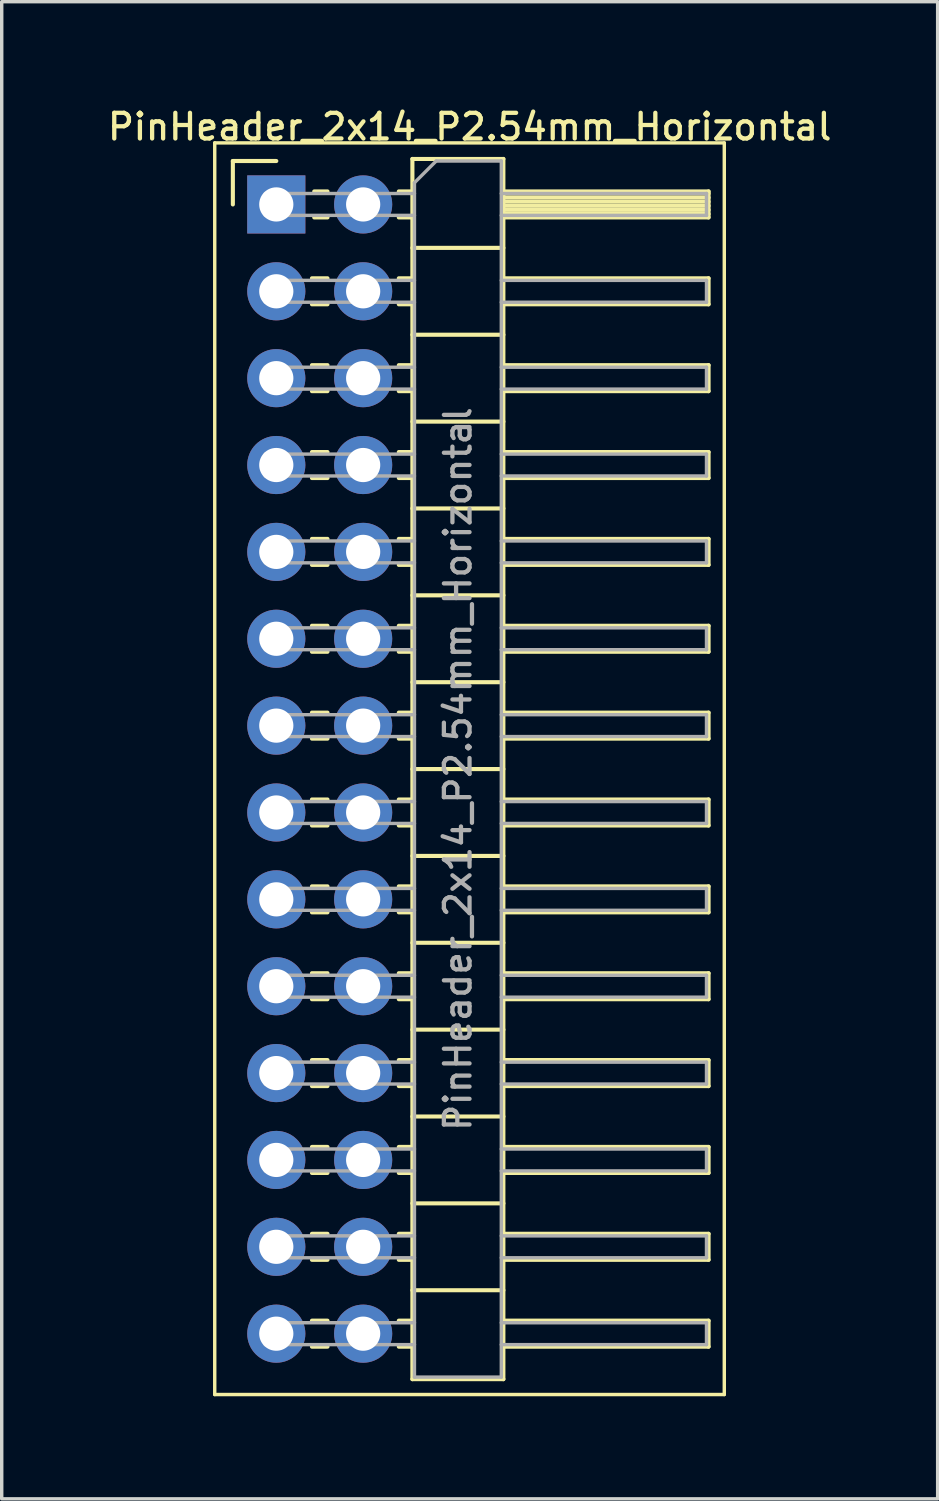
<source format=kicad_pcb>
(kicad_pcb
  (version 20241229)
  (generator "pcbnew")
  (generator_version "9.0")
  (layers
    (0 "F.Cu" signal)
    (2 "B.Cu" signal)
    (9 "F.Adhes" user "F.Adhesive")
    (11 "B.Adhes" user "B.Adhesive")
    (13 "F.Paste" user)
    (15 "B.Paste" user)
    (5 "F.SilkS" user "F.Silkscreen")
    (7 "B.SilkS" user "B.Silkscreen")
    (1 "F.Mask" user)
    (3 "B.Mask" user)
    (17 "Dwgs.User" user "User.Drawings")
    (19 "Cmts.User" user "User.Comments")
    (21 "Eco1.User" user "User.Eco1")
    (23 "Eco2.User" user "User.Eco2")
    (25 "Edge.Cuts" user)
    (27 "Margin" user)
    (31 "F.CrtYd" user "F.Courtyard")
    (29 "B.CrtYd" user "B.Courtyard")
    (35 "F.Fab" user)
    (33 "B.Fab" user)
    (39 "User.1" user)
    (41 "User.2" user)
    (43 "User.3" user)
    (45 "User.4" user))
  (footprint "PinHeader_2x14_P2.54mm_Horizontal"
    (layer "F.Cu")
    (at 5.029 2.928)
    (property "Reference" "PinHeader_2x14_P2.54mm_Horizontal" (at 5.655 -2.27 0) (layer "F.SilkS") (effects (font (size 0.75 0.75) (thickness 0.125))))
    (attr through_hole)
    (fp_line (start -1.8 -1.8) (end -1.8 34.8) (stroke (width 0.1) (type solid)) (layer "F.SilkS"))
    (fp_line (start -1.8 34.8) (end 13.1 34.8) (stroke (width 0.1) (type solid)) (layer "F.SilkS"))
    (fp_line (start -1.27 -1.27) (end 0 -1.27) (stroke (width 0.12) (type solid)) (layer "F.SilkS"))
    (fp_line (start -1.27 0) (end -1.27 -1.27) (stroke (width 0.12) (type solid)) (layer "F.SilkS"))
    (fp_line (start 1.043 2.16) (end 1.497 2.16) (stroke (width 0.12) (type solid)) (layer "F.SilkS"))
    (fp_line (start 1.043 2.92) (end 1.497 2.92) (stroke (width 0.12) (type solid)) (layer "F.SilkS"))
    (fp_line (start 1.043 4.7) (end 1.497 4.7) (stroke (width 0.12) (type solid)) (layer "F.SilkS"))
    (fp_line (start 1.043 5.46) (end 1.497 5.46) (stroke (width 0.12) (type solid)) (layer "F.SilkS"))
    (fp_line (start 1.043 7.24) (end 1.497 7.24) (stroke (width 0.12) (type solid)) (layer "F.SilkS"))
    (fp_line (start 1.043 8) (end 1.497 8) (stroke (width 0.12) (type solid)) (layer "F.SilkS"))
    (fp_line (start 1.043 9.78) (end 1.497 9.78) (stroke (width 0.12) (type solid)) (layer "F.SilkS"))
    (fp_line (start 1.043 10.54) (end 1.497 10.54) (stroke (width 0.12) (type solid)) (layer "F.SilkS"))
    (fp_line (start 1.043 12.32) (end 1.497 12.32) (stroke (width 0.12) (type solid)) (layer "F.SilkS"))
    (fp_line (start 1.043 13.08) (end 1.497 13.08) (stroke (width 0.12) (type solid)) (layer "F.SilkS"))
    (fp_line (start 1.043 14.86) (end 1.497 14.86) (stroke (width 0.12) (type solid)) (layer "F.SilkS"))
    (fp_line (start 1.043 15.62) (end 1.497 15.62) (stroke (width 0.12) (type solid)) (layer "F.SilkS"))
    (fp_line (start 1.043 17.4) (end 1.497 17.4) (stroke (width 0.12) (type solid)) (layer "F.SilkS"))
    (fp_line (start 1.043 18.16) (end 1.497 18.16) (stroke (width 0.12) (type solid)) (layer "F.SilkS"))
    (fp_line (start 1.043 19.94) (end 1.497 19.94) (stroke (width 0.12) (type solid)) (layer "F.SilkS"))
    (fp_line (start 1.043 20.7) (end 1.497 20.7) (stroke (width 0.12) (type solid)) (layer "F.SilkS"))
    (fp_line (start 1.043 22.48) (end 1.497 22.48) (stroke (width 0.12) (type solid)) (layer "F.SilkS"))
    (fp_line (start 1.043 23.24) (end 1.497 23.24) (stroke (width 0.12) (type solid)) (layer "F.SilkS"))
    (fp_line (start 1.043 25.02) (end 1.497 25.02) (stroke (width 0.12) (type solid)) (layer "F.SilkS"))
    (fp_line (start 1.043 25.78) (end 1.497 25.78) (stroke (width 0.12) (type solid)) (layer "F.SilkS"))
    (fp_line (start 1.043 27.56) (end 1.497 27.56) (stroke (width 0.12) (type solid)) (layer "F.SilkS"))
    (fp_line (start 1.043 28.32) (end 1.497 28.32) (stroke (width 0.12) (type solid)) (layer "F.SilkS"))
    (fp_line (start 1.043 30.1) (end 1.497 30.1) (stroke (width 0.12) (type solid)) (layer "F.SilkS"))
    (fp_line (start 1.043 30.86) (end 1.497 30.86) (stroke (width 0.12) (type solid)) (layer "F.SilkS"))
    (fp_line (start 1.043 32.64) (end 1.497 32.64) (stroke (width 0.12) (type solid)) (layer "F.SilkS"))
    (fp_line (start 1.043 33.4) (end 1.497 33.4) (stroke (width 0.12) (type solid)) (layer "F.SilkS"))
    (fp_line (start 1.11 -0.38) (end 1.497 -0.38) (stroke (width 0.12) (type solid)) (layer "F.SilkS"))
    (fp_line (start 1.11 0.38) (end 1.497 0.38) (stroke (width 0.12) (type solid)) (layer "F.SilkS"))
    (fp_line (start 3.583 -0.38) (end 3.98 -0.38) (stroke (width 0.12) (type solid)) (layer "F.SilkS"))
    (fp_line (start 3.583 0.38) (end 3.98 0.38) (stroke (width 0.12) (type solid)) (layer "F.SilkS"))
    (fp_line (start 3.583 2.16) (end 3.98 2.16) (stroke (width 0.12) (type solid)) (layer "F.SilkS"))
    (fp_line (start 3.583 2.92) (end 3.98 2.92) (stroke (width 0.12) (type solid)) (layer "F.SilkS"))
    (fp_line (start 3.583 4.7) (end 3.98 4.7) (stroke (width 0.12) (type solid)) (layer "F.SilkS"))
    (fp_line (start 3.583 5.46) (end 3.98 5.46) (stroke (width 0.12) (type solid)) (layer "F.SilkS"))
    (fp_line (start 3.583 7.24) (end 3.98 7.24) (stroke (width 0.12) (type solid)) (layer "F.SilkS"))
    (fp_line (start 3.583 8) (end 3.98 8) (stroke (width 0.12) (type solid)) (layer "F.SilkS"))
    (fp_line (start 3.583 9.78) (end 3.98 9.78) (stroke (width 0.12) (type solid)) (layer "F.SilkS"))
    (fp_line (start 3.583 10.54) (end 3.98 10.54) (stroke (width 0.12) (type solid)) (layer "F.SilkS"))
    (fp_line (start 3.583 12.32) (end 3.98 12.32) (stroke (width 0.12) (type solid)) (layer "F.SilkS"))
    (fp_line (start 3.583 13.08) (end 3.98 13.08) (stroke (width 0.12) (type solid)) (layer "F.SilkS"))
    (fp_line (start 3.583 14.86) (end 3.98 14.86) (stroke (width 0.12) (type solid)) (layer "F.SilkS"))
    (fp_line (start 3.583 15.62) (end 3.98 15.62) (stroke (width 0.12) (type solid)) (layer "F.SilkS"))
    (fp_line (start 3.583 17.4) (end 3.98 17.4) (stroke (width 0.12) (type solid)) (layer "F.SilkS"))
    (fp_line (start 3.583 18.16) (end 3.98 18.16) (stroke (width 0.12) (type solid)) (layer "F.SilkS"))
    (fp_line (start 3.583 19.94) (end 3.98 19.94) (stroke (width 0.12) (type solid)) (layer "F.SilkS"))
    (fp_line (start 3.583 20.7) (end 3.98 20.7) (stroke (width 0.12) (type solid)) (layer "F.SilkS"))
    (fp_line (start 3.583 22.48) (end 3.98 22.48) (stroke (width 0.12) (type solid)) (layer "F.SilkS"))
    (fp_line (start 3.583 23.24) (end 3.98 23.24) (stroke (width 0.12) (type solid)) (layer "F.SilkS"))
    (fp_line (start 3.583 25.02) (end 3.98 25.02) (stroke (width 0.12) (type solid)) (layer "F.SilkS"))
    (fp_line (start 3.583 25.78) (end 3.98 25.78) (stroke (width 0.12) (type solid)) (layer "F.SilkS"))
    (fp_line (start 3.583 27.56) (end 3.98 27.56) (stroke (width 0.12) (type solid)) (layer "F.SilkS"))
    (fp_line (start 3.583 28.32) (end 3.98 28.32) (stroke (width 0.12) (type solid)) (layer "F.SilkS"))
    (fp_line (start 3.583 30.1) (end 3.98 30.1) (stroke (width 0.12) (type solid)) (layer "F.SilkS"))
    (fp_line (start 3.583 30.86) (end 3.98 30.86) (stroke (width 0.12) (type solid)) (layer "F.SilkS"))
    (fp_line (start 3.583 32.64) (end 3.98 32.64) (stroke (width 0.12) (type solid)) (layer "F.SilkS"))
    (fp_line (start 3.583 33.4) (end 3.98 33.4) (stroke (width 0.12) (type solid)) (layer "F.SilkS"))
    (fp_line (start 3.98 -1.33) (end 3.98 34.35) (stroke (width 0.12) (type solid)) (layer "F.SilkS"))
    (fp_line (start 3.98 1.27) (end 6.64 1.27) (stroke (width 0.12) (type solid)) (layer "F.SilkS"))
    (fp_line (start 3.98 3.81) (end 6.64 3.81) (stroke (width 0.12) (type solid)) (layer "F.SilkS"))
    (fp_line (start 3.98 6.35) (end 6.64 6.35) (stroke (width 0.12) (type solid)) (layer "F.SilkS"))
    (fp_line (start 3.98 8.89) (end 6.64 8.89) (stroke (width 0.12) (type solid)) (layer "F.SilkS"))
    (fp_line (start 3.98 11.43) (end 6.64 11.43) (stroke (width 0.12) (type solid)) (layer "F.SilkS"))
    (fp_line (start 3.98 13.97) (end 6.64 13.97) (stroke (width 0.12) (type solid)) (layer "F.SilkS"))
    (fp_line (start 3.98 16.51) (end 6.64 16.51) (stroke (width 0.12) (type solid)) (layer "F.SilkS"))
    (fp_line (start 3.98 19.05) (end 6.64 19.05) (stroke (width 0.12) (type solid)) (layer "F.SilkS"))
    (fp_line (start 3.98 21.59) (end 6.64 21.59) (stroke (width 0.12) (type solid)) (layer "F.SilkS"))
    (fp_line (start 3.98 24.13) (end 6.64 24.13) (stroke (width 0.12) (type solid)) (layer "F.SilkS"))
    (fp_line (start 3.98 26.67) (end 6.64 26.67) (stroke (width 0.12) (type solid)) (layer "F.SilkS"))
    (fp_line (start 3.98 29.21) (end 6.64 29.21) (stroke (width 0.12) (type solid)) (layer "F.SilkS"))
    (fp_line (start 3.98 31.75) (end 6.64 31.75) (stroke (width 0.12) (type solid)) (layer "F.SilkS"))
    (fp_line (start 3.98 34.35) (end 6.64 34.35) (stroke (width 0.12) (type solid)) (layer "F.SilkS"))
    (fp_line (start 6.64 -1.33) (end 3.98 -1.33) (stroke (width 0.12) (type solid)) (layer "F.SilkS"))
    (fp_line (start 6.64 -0.38) (end 12.64 -0.38) (stroke (width 0.12) (type solid)) (layer "F.SilkS"))
    (fp_line (start 6.64 -0.32) (end 12.64 -0.32) (stroke (width 0.12) (type solid)) (layer "F.SilkS"))
    (fp_line (start 6.64 -0.2) (end 12.64 -0.2) (stroke (width 0.12) (type solid)) (layer "F.SilkS"))
    (fp_line (start 6.64 -0.08) (end 12.64 -0.08) (stroke (width 0.12) (type solid)) (layer "F.SilkS"))
    (fp_line (start 6.64 0.04) (end 12.64 0.04) (stroke (width 0.12) (type solid)) (layer "F.SilkS"))
    (fp_line (start 6.64 0.16) (end 12.64 0.16) (stroke (width 0.12) (type solid)) (layer "F.SilkS"))
    (fp_line (start 6.64 0.28) (end 12.64 0.28) (stroke (width 0.12) (type solid)) (layer "F.SilkS"))
    (fp_line (start 6.64 2.16) (end 12.64 2.16) (stroke (width 0.12) (type solid)) (layer "F.SilkS"))
    (fp_line (start 6.64 4.7) (end 12.64 4.7) (stroke (width 0.12) (type solid)) (layer "F.SilkS"))
    (fp_line (start 6.64 7.24) (end 12.64 7.24) (stroke (width 0.12) (type solid)) (layer "F.SilkS"))
    (fp_line (start 6.64 9.78) (end 12.64 9.78) (stroke (width 0.12) (type solid)) (layer "F.SilkS"))
    (fp_line (start 6.64 12.32) (end 12.64 12.32) (stroke (width 0.12) (type solid)) (layer "F.SilkS"))
    (fp_line (start 6.64 14.86) (end 12.64 14.86) (stroke (width 0.12) (type solid)) (layer "F.SilkS"))
    (fp_line (start 6.64 17.4) (end 12.64 17.4) (stroke (width 0.12) (type solid)) (layer "F.SilkS"))
    (fp_line (start 6.64 19.94) (end 12.64 19.94) (stroke (width 0.12) (type solid)) (layer "F.SilkS"))
    (fp_line (start 6.64 22.48) (end 12.64 22.48) (stroke (width 0.12) (type solid)) (layer "F.SilkS"))
    (fp_line (start 6.64 25.02) (end 12.64 25.02) (stroke (width 0.12) (type solid)) (layer "F.SilkS"))
    (fp_line (start 6.64 27.56) (end 12.64 27.56) (stroke (width 0.12) (type solid)) (layer "F.SilkS"))
    (fp_line (start 6.64 30.1) (end 12.64 30.1) (stroke (width 0.12) (type solid)) (layer "F.SilkS"))
    (fp_line (start 6.64 32.64) (end 12.64 32.64) (stroke (width 0.12) (type solid)) (layer "F.SilkS"))
    (fp_line (start 6.64 34.35) (end 6.64 -1.33) (stroke (width 0.12) (type solid)) (layer "F.SilkS"))
    (fp_line (start 12.64 -0.38) (end 12.64 0.38) (stroke (width 0.12) (type solid)) (layer "F.SilkS"))
    (fp_line (start 12.64 0.38) (end 6.64 0.38) (stroke (width 0.12) (type solid)) (layer "F.SilkS"))
    (fp_line (start 12.64 2.16) (end 12.64 2.92) (stroke (width 0.12) (type solid)) (layer "F.SilkS"))
    (fp_line (start 12.64 2.92) (end 6.64 2.92) (stroke (width 0.12) (type solid)) (layer "F.SilkS"))
    (fp_line (start 12.64 4.7) (end 12.64 5.46) (stroke (width 0.12) (type solid)) (layer "F.SilkS"))
    (fp_line (start 12.64 5.46) (end 6.64 5.46) (stroke (width 0.12) (type solid)) (layer "F.SilkS"))
    (fp_line (start 12.64 7.24) (end 12.64 8) (stroke (width 0.12) (type solid)) (layer "F.SilkS"))
    (fp_line (start 12.64 8) (end 6.64 8) (stroke (width 0.12) (type solid)) (layer "F.SilkS"))
    (fp_line (start 12.64 9.78) (end 12.64 10.54) (stroke (width 0.12) (type solid)) (layer "F.SilkS"))
    (fp_line (start 12.64 10.54) (end 6.64 10.54) (stroke (width 0.12) (type solid)) (layer "F.SilkS"))
    (fp_line (start 12.64 12.32) (end 12.64 13.08) (stroke (width 0.12) (type solid)) (layer "F.SilkS"))
    (fp_line (start 12.64 13.08) (end 6.64 13.08) (stroke (width 0.12) (type solid)) (layer "F.SilkS"))
    (fp_line (start 12.64 14.86) (end 12.64 15.62) (stroke (width 0.12) (type solid)) (layer "F.SilkS"))
    (fp_line (start 12.64 15.62) (end 6.64 15.62) (stroke (width 0.12) (type solid)) (layer "F.SilkS"))
    (fp_line (start 12.64 17.4) (end 12.64 18.16) (stroke (width 0.12) (type solid)) (layer "F.SilkS"))
    (fp_line (start 12.64 18.16) (end 6.64 18.16) (stroke (width 0.12) (type solid)) (layer "F.SilkS"))
    (fp_line (start 12.64 19.94) (end 12.64 20.7) (stroke (width 0.12) (type solid)) (layer "F.SilkS"))
    (fp_line (start 12.64 20.7) (end 6.64 20.7) (stroke (width 0.12) (type solid)) (layer "F.SilkS"))
    (fp_line (start 12.64 22.48) (end 12.64 23.24) (stroke (width 0.12) (type solid)) (layer "F.SilkS"))
    (fp_line (start 12.64 23.24) (end 6.64 23.24) (stroke (width 0.12) (type solid)) (layer "F.SilkS"))
    (fp_line (start 12.64 25.02) (end 12.64 25.78) (stroke (width 0.12) (type solid)) (layer "F.SilkS"))
    (fp_line (start 12.64 25.78) (end 6.64 25.78) (stroke (width 0.12) (type solid)) (layer "F.SilkS"))
    (fp_line (start 12.64 27.56) (end 12.64 28.32) (stroke (width 0.12) (type solid)) (layer "F.SilkS"))
    (fp_line (start 12.64 28.32) (end 6.64 28.32) (stroke (width 0.12) (type solid)) (layer "F.SilkS"))
    (fp_line (start 12.64 30.1) (end 12.64 30.86) (stroke (width 0.12) (type solid)) (layer "F.SilkS"))
    (fp_line (start 12.64 30.86) (end 6.64 30.86) (stroke (width 0.12) (type solid)) (layer "F.SilkS"))
    (fp_line (start 12.64 32.64) (end 12.64 33.4) (stroke (width 0.12) (type solid)) (layer "F.SilkS"))
    (fp_line (start 12.64 33.4) (end 6.64 33.4) (stroke (width 0.12) (type solid)) (layer "F.SilkS"))
    (fp_line (start 13.1 -1.8) (end -1.8 -1.8) (stroke (width 0.1) (type solid)) (layer "F.SilkS"))
    (fp_line (start 13.1 34.8) (end 13.1 -1.8) (stroke (width 0.1) (type solid)) (layer "F.SilkS"))
    (fp_line (start -0.32 -0.32) (end -0.32 0.32) (stroke (width 0.1) (type solid)) (layer "F.Fab"))
    (fp_line (start -0.32 -0.32) (end 4.04 -0.32) (stroke (width 0.1) (type solid)) (layer "F.Fab"))
    (fp_line (start -0.32 0.32) (end 4.04 0.32) (stroke (width 0.1) (type solid)) (layer "F.Fab"))
    (fp_line (start -0.32 2.22) (end -0.32 2.86) (stroke (width 0.1) (type solid)) (layer "F.Fab"))
    (fp_line (start -0.32 2.22) (end 4.04 2.22) (stroke (width 0.1) (type solid)) (layer "F.Fab"))
    (fp_line (start -0.32 2.86) (end 4.04 2.86) (stroke (width 0.1) (type solid)) (layer "F.Fab"))
    (fp_line (start -0.32 4.76) (end -0.32 5.4) (stroke (width 0.1) (type solid)) (layer "F.Fab"))
    (fp_line (start -0.32 4.76) (end 4.04 4.76) (stroke (width 0.1) (type solid)) (layer "F.Fab"))
    (fp_line (start -0.32 5.4) (end 4.04 5.4) (stroke (width 0.1) (type solid)) (layer "F.Fab"))
    (fp_line (start -0.32 7.3) (end -0.32 7.94) (stroke (width 0.1) (type solid)) (layer "F.Fab"))
    (fp_line (start -0.32 7.3) (end 4.04 7.3) (stroke (width 0.1) (type solid)) (layer "F.Fab"))
    (fp_line (start -0.32 7.94) (end 4.04 7.94) (stroke (width 0.1) (type solid)) (layer "F.Fab"))
    (fp_line (start -0.32 9.84) (end -0.32 10.48) (stroke (width 0.1) (type solid)) (layer "F.Fab"))
    (fp_line (start -0.32 9.84) (end 4.04 9.84) (stroke (width 0.1) (type solid)) (layer "F.Fab"))
    (fp_line (start -0.32 10.48) (end 4.04 10.48) (stroke (width 0.1) (type solid)) (layer "F.Fab"))
    (fp_line (start -0.32 12.38) (end -0.32 13.02) (stroke (width 0.1) (type solid)) (layer "F.Fab"))
    (fp_line (start -0.32 12.38) (end 4.04 12.38) (stroke (width 0.1) (type solid)) (layer "F.Fab"))
    (fp_line (start -0.32 13.02) (end 4.04 13.02) (stroke (width 0.1) (type solid)) (layer "F.Fab"))
    (fp_line (start -0.32 14.92) (end -0.32 15.56) (stroke (width 0.1) (type solid)) (layer "F.Fab"))
    (fp_line (start -0.32 14.92) (end 4.04 14.92) (stroke (width 0.1) (type solid)) (layer "F.Fab"))
    (fp_line (start -0.32 15.56) (end 4.04 15.56) (stroke (width 0.1) (type solid)) (layer "F.Fab"))
    (fp_line (start -0.32 17.46) (end -0.32 18.1) (stroke (width 0.1) (type solid)) (layer "F.Fab"))
    (fp_line (start -0.32 17.46) (end 4.04 17.46) (stroke (width 0.1) (type solid)) (layer "F.Fab"))
    (fp_line (start -0.32 18.1) (end 4.04 18.1) (stroke (width 0.1) (type solid)) (layer "F.Fab"))
    (fp_line (start -0.32 20) (end -0.32 20.64) (stroke (width 0.1) (type solid)) (layer "F.Fab"))
    (fp_line (start -0.32 20) (end 4.04 20) (stroke (width 0.1) (type solid)) (layer "F.Fab"))
    (fp_line (start -0.32 20.64) (end 4.04 20.64) (stroke (width 0.1) (type solid)) (layer "F.Fab"))
    (fp_line (start -0.32 22.54) (end -0.32 23.18) (stroke (width 0.1) (type solid)) (layer "F.Fab"))
    (fp_line (start -0.32 22.54) (end 4.04 22.54) (stroke (width 0.1) (type solid)) (layer "F.Fab"))
    (fp_line (start -0.32 23.18) (end 4.04 23.18) (stroke (width 0.1) (type solid)) (layer "F.Fab"))
    (fp_line (start -0.32 25.08) (end -0.32 25.72) (stroke (width 0.1) (type solid)) (layer "F.Fab"))
    (fp_line (start -0.32 25.08) (end 4.04 25.08) (stroke (width 0.1) (type solid)) (layer "F.Fab"))
    (fp_line (start -0.32 25.72) (end 4.04 25.72) (stroke (width 0.1) (type solid)) (layer "F.Fab"))
    (fp_line (start -0.32 27.62) (end -0.32 28.26) (stroke (width 0.1) (type solid)) (layer "F.Fab"))
    (fp_line (start -0.32 27.62) (end 4.04 27.62) (stroke (width 0.1) (type solid)) (layer "F.Fab"))
    (fp_line (start -0.32 28.26) (end 4.04 28.26) (stroke (width 0.1) (type solid)) (layer "F.Fab"))
    (fp_line (start -0.32 30.16) (end -0.32 30.8) (stroke (width 0.1) (type solid)) (layer "F.Fab"))
    (fp_line (start -0.32 30.16) (end 4.04 30.16) (stroke (width 0.1) (type solid)) (layer "F.Fab"))
    (fp_line (start -0.32 30.8) (end 4.04 30.8) (stroke (width 0.1) (type solid)) (layer "F.Fab"))
    (fp_line (start -0.32 32.7) (end -0.32 33.34) (stroke (width 0.1) (type solid)) (layer "F.Fab"))
    (fp_line (start -0.32 32.7) (end 4.04 32.7) (stroke (width 0.1) (type solid)) (layer "F.Fab"))
    (fp_line (start -0.32 33.34) (end 4.04 33.34) (stroke (width 0.1) (type solid)) (layer "F.Fab"))
    (fp_line (start 4.04 -0.635) (end 4.675 -1.27) (stroke (width 0.1) (type solid)) (layer "F.Fab"))
    (fp_line (start 4.04 34.29) (end 4.04 -0.635) (stroke (width 0.1) (type solid)) (layer "F.Fab"))
    (fp_line (start 4.675 -1.27) (end 6.58 -1.27) (stroke (width 0.1) (type solid)) (layer "F.Fab"))
    (fp_line (start 6.58 -1.27) (end 6.58 34.29) (stroke (width 0.1) (type solid)) (layer "F.Fab"))
    (fp_line (start 6.58 -0.32) (end 12.58 -0.32) (stroke (width 0.1) (type solid)) (layer "F.Fab"))
    (fp_line (start 6.58 0.32) (end 12.58 0.32) (stroke (width 0.1) (type solid)) (layer "F.Fab"))
    (fp_line (start 6.58 2.22) (end 12.58 2.22) (stroke (width 0.1) (type solid)) (layer "F.Fab"))
    (fp_line (start 6.58 2.86) (end 12.58 2.86) (stroke (width 0.1) (type solid)) (layer "F.Fab"))
    (fp_line (start 6.58 4.76) (end 12.58 4.76) (stroke (width 0.1) (type solid)) (layer "F.Fab"))
    (fp_line (start 6.58 5.4) (end 12.58 5.4) (stroke (width 0.1) (type solid)) (layer "F.Fab"))
    (fp_line (start 6.58 7.3) (end 12.58 7.3) (stroke (width 0.1) (type solid)) (layer "F.Fab"))
    (fp_line (start 6.58 7.94) (end 12.58 7.94) (stroke (width 0.1) (type solid)) (layer "F.Fab"))
    (fp_line (start 6.58 9.84) (end 12.58 9.84) (stroke (width 0.1) (type solid)) (layer "F.Fab"))
    (fp_line (start 6.58 10.48) (end 12.58 10.48) (stroke (width 0.1) (type solid)) (layer "F.Fab"))
    (fp_line (start 6.58 12.38) (end 12.58 12.38) (stroke (width 0.1) (type solid)) (layer "F.Fab"))
    (fp_line (start 6.58 13.02) (end 12.58 13.02) (stroke (width 0.1) (type solid)) (layer "F.Fab"))
    (fp_line (start 6.58 14.92) (end 12.58 14.92) (stroke (width 0.1) (type solid)) (layer "F.Fab"))
    (fp_line (start 6.58 15.56) (end 12.58 15.56) (stroke (width 0.1) (type solid)) (layer "F.Fab"))
    (fp_line (start 6.58 17.46) (end 12.58 17.46) (stroke (width 0.1) (type solid)) (layer "F.Fab"))
    (fp_line (start 6.58 18.1) (end 12.58 18.1) (stroke (width 0.1) (type solid)) (layer "F.Fab"))
    (fp_line (start 6.58 20) (end 12.58 20) (stroke (width 0.1) (type solid)) (layer "F.Fab"))
    (fp_line (start 6.58 20.64) (end 12.58 20.64) (stroke (width 0.1) (type solid)) (layer "F.Fab"))
    (fp_line (start 6.58 22.54) (end 12.58 22.54) (stroke (width 0.1) (type solid)) (layer "F.Fab"))
    (fp_line (start 6.58 23.18) (end 12.58 23.18) (stroke (width 0.1) (type solid)) (layer "F.Fab"))
    (fp_line (start 6.58 25.08) (end 12.58 25.08) (stroke (width 0.1) (type solid)) (layer "F.Fab"))
    (fp_line (start 6.58 25.72) (end 12.58 25.72) (stroke (width 0.1) (type solid)) (layer "F.Fab"))
    (fp_line (start 6.58 27.62) (end 12.58 27.62) (stroke (width 0.1) (type solid)) (layer "F.Fab"))
    (fp_line (start 6.58 28.26) (end 12.58 28.26) (stroke (width 0.1) (type solid)) (layer "F.Fab"))
    (fp_line (start 6.58 30.16) (end 12.58 30.16) (stroke (width 0.1) (type solid)) (layer "F.Fab"))
    (fp_line (start 6.58 30.8) (end 12.58 30.8) (stroke (width 0.1) (type solid)) (layer "F.Fab"))
    (fp_line (start 6.58 32.7) (end 12.58 32.7) (stroke (width 0.1) (type solid)) (layer "F.Fab"))
    (fp_line (start 6.58 33.34) (end 12.58 33.34) (stroke (width 0.1) (type solid)) (layer "F.Fab"))
    (fp_line (start 6.58 34.29) (end 4.04 34.29) (stroke (width 0.1) (type solid)) (layer "F.Fab"))
    (fp_line (start 12.58 -0.32) (end 12.58 0.32) (stroke (width 0.1) (type solid)) (layer "F.Fab"))
    (fp_line (start 12.58 2.22) (end 12.58 2.86) (stroke (width 0.1) (type solid)) (layer "F.Fab"))
    (fp_line (start 12.58 4.76) (end 12.58 5.4) (stroke (width 0.1) (type solid)) (layer "F.Fab"))
    (fp_line (start 12.58 7.3) (end 12.58 7.94) (stroke (width 0.1) (type solid)) (layer "F.Fab"))
    (fp_line (start 12.58 9.84) (end 12.58 10.48) (stroke (width 0.1) (type solid)) (layer "F.Fab"))
    (fp_line (start 12.58 12.38) (end 12.58 13.02) (stroke (width 0.1) (type solid)) (layer "F.Fab"))
    (fp_line (start 12.58 14.92) (end 12.58 15.56) (stroke (width 0.1) (type solid)) (layer "F.Fab"))
    (fp_line (start 12.58 17.46) (end 12.58 18.1) (stroke (width 0.1) (type solid)) (layer "F.Fab"))
    (fp_line (start 12.58 20) (end 12.58 20.64) (stroke (width 0.1) (type solid)) (layer "F.Fab"))
    (fp_line (start 12.58 22.54) (end 12.58 23.18) (stroke (width 0.1) (type solid)) (layer "F.Fab"))
    (fp_line (start 12.58 25.08) (end 12.58 25.72) (stroke (width 0.1) (type solid)) (layer "F.Fab"))
    (fp_line (start 12.58 27.62) (end 12.58 28.26) (stroke (width 0.1) (type solid)) (layer "F.Fab"))
    (fp_line (start 12.58 30.16) (end 12.58 30.8) (stroke (width 0.1) (type solid)) (layer "F.Fab"))
    (fp_line (start 12.58 32.7) (end 12.58 33.34) (stroke (width 0.1) (type solid)) (layer "F.Fab"))
    (fp_text user "${REFERENCE}" (at 5.31 16.51 90) (layer "F.Fab") (effects (font (size 0.75 0.75) (thickness 0.125))))
    (pad "1" thru_hole rect (at 0 0) (size 1.7 1.7) (drill 1) (layers "*.Cu" "*.Mask"))
    (pad "2" thru_hole oval (at 2.54 0) (size 1.7 1.7) (drill 1) (layers "*.Cu" "*.Mask"))
    (pad "3" thru_hole oval (at 0 2.54) (size 1.7 1.7) (drill 1) (layers "*.Cu" "*.Mask"))
    (pad "4" thru_hole oval (at 2.54 2.54) (size 1.7 1.7) (drill 1) (layers "*.Cu" "*.Mask"))
    (pad "5" thru_hole oval (at 0 5.08) (size 1.7 1.7) (drill 1) (layers "*.Cu" "*.Mask"))
    (pad "6" thru_hole oval (at 2.54 5.08) (size 1.7 1.7) (drill 1) (layers "*.Cu" "*.Mask"))
    (pad "7" thru_hole oval (at 0 7.62) (size 1.7 1.7) (drill 1) (layers "*.Cu" "*.Mask"))
    (pad "8" thru_hole oval (at 2.54 7.62) (size 1.7 1.7) (drill 1) (layers "*.Cu" "*.Mask"))
    (pad "9" thru_hole oval (at 0 10.16) (size 1.7 1.7) (drill 1) (layers "*.Cu" "*.Mask"))
    (pad "10" thru_hole oval (at 2.54 10.16) (size 1.7 1.7) (drill 1) (layers "*.Cu" "*.Mask"))
    (pad "11" thru_hole oval (at 0 12.7) (size 1.7 1.7) (drill 1) (layers "*.Cu" "*.Mask"))
    (pad "12" thru_hole oval (at 2.54 12.7) (size 1.7 1.7) (drill 1) (layers "*.Cu" "*.Mask"))
    (pad "13" thru_hole oval (at 0 15.24) (size 1.7 1.7) (drill 1) (layers "*.Cu" "*.Mask"))
    (pad "14" thru_hole oval (at 2.54 15.24) (size 1.7 1.7) (drill 1) (layers "*.Cu" "*.Mask"))
    (pad "15" thru_hole oval (at 0 17.78) (size 1.7 1.7) (drill 1) (layers "*.Cu" "*.Mask"))
    (pad "16" thru_hole oval (at 2.54 17.78) (size 1.7 1.7) (drill 1) (layers "*.Cu" "*.Mask"))
    (pad "17" thru_hole oval (at 0 20.32) (size 1.7 1.7) (drill 1) (layers "*.Cu" "*.Mask"))
    (pad "18" thru_hole oval (at 2.54 20.32) (size 1.7 1.7) (drill 1) (layers "*.Cu" "*.Mask"))
    (pad "19" thru_hole oval (at 0 22.86) (size 1.7 1.7) (drill 1) (layers "*.Cu" "*.Mask"))
    (pad "20" thru_hole oval (at 2.54 22.86) (size 1.7 1.7) (drill 1) (layers "*.Cu" "*.Mask"))
    (pad "21" thru_hole oval (at 0 25.4) (size 1.7 1.7) (drill 1) (layers "*.Cu" "*.Mask"))
    (pad "22" thru_hole oval (at 2.54 25.4) (size 1.7 1.7) (drill 1) (layers "*.Cu" "*.Mask"))
    (pad "23" thru_hole oval (at 0 27.94) (size 1.7 1.7) (drill 1) (layers "*.Cu" "*.Mask"))
    (pad "24" thru_hole oval (at 2.54 27.94) (size 1.7 1.7) (drill 1) (layers "*.Cu" "*.Mask"))
    (pad "25" thru_hole oval (at 0 30.48) (size 1.7 1.7) (drill 1) (layers "*.Cu" "*.Mask"))
    (pad "26" thru_hole oval (at 2.54 30.48) (size 1.7 1.7) (drill 1) (layers "*.Cu" "*.Mask"))
    (pad "27" thru_hole oval (at 0 33.02) (size 1.7 1.7) (drill 1) (layers "*.Cu" "*.Mask"))
    (pad "28" thru_hole oval (at 2.54 33.02) (size 1.7 1.7) (drill 1) (layers "*.Cu" "*.Mask")))
  (gr_rect
    (start -3 -3)
    (end 24.368 40.778)
    (stroke (width 0.1) (type default))
    (fill no)
    (layer "Edge.Cuts")))
</source>
